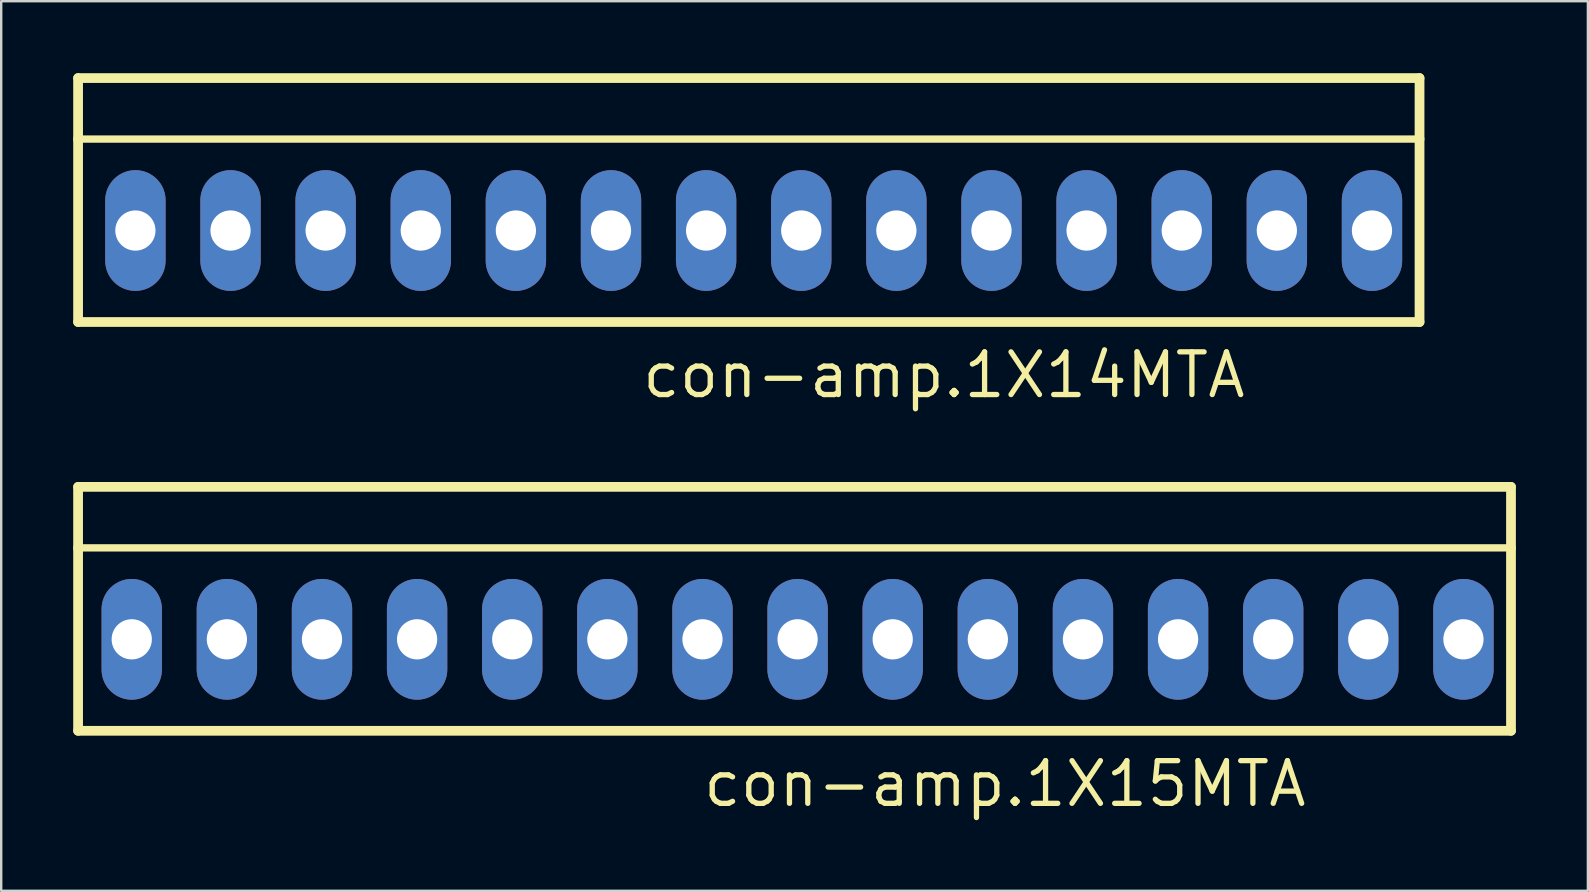
<source format=kicad_pcb>
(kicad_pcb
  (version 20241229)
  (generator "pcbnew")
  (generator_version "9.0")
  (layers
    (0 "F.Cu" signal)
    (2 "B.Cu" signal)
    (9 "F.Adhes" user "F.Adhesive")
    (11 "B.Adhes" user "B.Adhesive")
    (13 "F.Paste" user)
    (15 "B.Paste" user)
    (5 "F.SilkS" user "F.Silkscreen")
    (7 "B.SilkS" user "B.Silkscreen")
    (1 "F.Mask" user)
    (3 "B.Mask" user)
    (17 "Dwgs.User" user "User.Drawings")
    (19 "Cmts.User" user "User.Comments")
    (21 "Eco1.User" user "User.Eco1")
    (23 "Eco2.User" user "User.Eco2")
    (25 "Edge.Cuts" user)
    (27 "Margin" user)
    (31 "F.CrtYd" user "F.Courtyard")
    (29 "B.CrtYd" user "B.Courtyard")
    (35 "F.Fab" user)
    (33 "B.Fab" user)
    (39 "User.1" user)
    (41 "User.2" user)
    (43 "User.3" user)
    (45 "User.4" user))
  (footprint "con-amp.1X15MTA"
    (layer "F.Cu")
    (at 30.175 23.582)
    (property "Reference" "con-amp.1X15MTA" (at -4.039 7.061 0) (layer "F.SilkS") (effects (font (size 1.778 1.778) (thickness 0.22)) (justify left bottom)))
    (attr through_hole)
    (fp_line (start -29.972 -6.35) (end 29.718 -6.35) (stroke (width 0.406) (type default)) (layer "F.SilkS"))
    (fp_line (start -29.972 -3.81) (end -29.972 -6.35) (stroke (width 0.406) (type default)) (layer "F.SilkS"))
    (fp_line (start -29.972 -3.81) (end -29.972 3.81) (stroke (width 0.406) (type default)) (layer "F.SilkS"))
    (fp_line (start -29.972 -3.81) (end 29.718 -3.81) (stroke (width 0.305) (type default)) (layer "F.SilkS"))
    (fp_line (start -29.972 3.81) (end 29.718 3.81) (stroke (width 0.406) (type default)) (layer "F.SilkS"))
    (fp_line (start 29.718 -6.35) (end 29.718 -3.81) (stroke (width 0.406) (type default)) (layer "F.SilkS"))
    (fp_line (start 29.718 -3.81) (end 29.718 3.81) (stroke (width 0.406) (type default)) (layer "F.SilkS"))
    (fp_rect (start -28.245 0.508) (end -27.229 -0.508) (stroke (width 0.05) (type default)) (fill yes) (layer "F.SilkS"))
    (fp_rect (start -24.282 0.508) (end -23.266 -0.508) (stroke (width 0.05) (type default)) (fill yes) (layer "F.SilkS"))
    (fp_rect (start -20.32 0.508) (end -19.304 -0.508) (stroke (width 0.05) (type default)) (fill yes) (layer "F.SilkS"))
    (fp_rect (start -16.358 0.508) (end -15.342 -0.508) (stroke (width 0.05) (type default)) (fill yes) (layer "F.SilkS"))
    (fp_rect (start -12.395 0.508) (end -11.379 -0.508) (stroke (width 0.05) (type default)) (fill yes) (layer "F.SilkS"))
    (fp_rect (start -8.433 0.508) (end -7.417 -0.508) (stroke (width 0.05) (type default)) (fill yes) (layer "F.SilkS"))
    (fp_rect (start -4.47 0.508) (end -3.454 -0.508) (stroke (width 0.05) (type default)) (fill yes) (layer "F.SilkS"))
    (fp_rect (start -0.508 0.508) (end 0.508 -0.508) (stroke (width 0.05) (type default)) (fill yes) (layer "F.SilkS"))
    (fp_rect (start 3.454 0.508) (end 4.47 -0.508) (stroke (width 0.05) (type default)) (fill yes) (layer "F.SilkS"))
    (fp_rect (start 7.417 0.508) (end 8.433 -0.508) (stroke (width 0.05) (type default)) (fill yes) (layer "F.SilkS"))
    (fp_rect (start 11.379 0.508) (end 12.395 -0.508) (stroke (width 0.05) (type default)) (fill yes) (layer "F.SilkS"))
    (fp_rect (start 15.342 0.508) (end 16.358 -0.508) (stroke (width 0.05) (type default)) (fill yes) (layer "F.SilkS"))
    (fp_rect (start 19.304 0.508) (end 20.32 -0.508) (stroke (width 0.05) (type default)) (fill yes) (layer "F.SilkS"))
    (fp_rect (start 23.266 0.508) (end 24.282 -0.508) (stroke (width 0.05) (type default)) (fill yes) (layer "F.SilkS"))
    (fp_rect (start 27.229 0.508) (end 28.245 -0.508) (stroke (width 0.05) (type default)) (fill yes) (layer "F.SilkS"))
    (pad "1" thru_hole oval (at 27.737 0 90) (size 5.029 2.515) (drill 1.676) (layers "*.Cu" "*.Mask"))
    (pad "2" thru_hole oval (at 23.774 0 90) (size 5.029 2.515) (drill 1.676) (layers "*.Cu" "*.Mask"))
    (pad "3" thru_hole oval (at 19.812 0 90) (size 5.029 2.515) (drill 1.676) (layers "*.Cu" "*.Mask"))
    (pad "4" thru_hole oval (at 15.85 0 90) (size 5.029 2.515) (drill 1.676) (layers "*.Cu" "*.Mask"))
    (pad "5" thru_hole oval (at 11.887 0 90) (size 5.029 2.515) (drill 1.676) (layers "*.Cu" "*.Mask"))
    (pad "6" thru_hole oval (at 7.925 0 90) (size 5.029 2.515) (drill 1.676) (layers "*.Cu" "*.Mask"))
    (pad "7" thru_hole oval (at 3.962 0 90) (size 5.029 2.515) (drill 1.676) (layers "*.Cu" "*.Mask"))
    (pad "8" thru_hole oval (at 0 0 90) (size 5.029 2.515) (drill 1.676) (layers "*.Cu" "*.Mask"))
    (pad "9" thru_hole oval (at -3.962 0 90) (size 5.029 2.515) (drill 1.676) (layers "*.Cu" "*.Mask"))
    (pad "10" thru_hole oval (at -7.925 0 90) (size 5.029 2.515) (drill 1.676) (layers "*.Cu" "*.Mask"))
    (pad "11" thru_hole oval (at -11.887 0 90) (size 5.029 2.515) (drill 1.676) (layers "*.Cu" "*.Mask"))
    (pad "12" thru_hole oval (at -15.85 0 90) (size 5.029 2.515) (drill 1.676) (layers "*.Cu" "*.Mask"))
    (pad "13" thru_hole oval (at -19.812 0 90) (size 5.029 2.515) (drill 1.676) (layers "*.Cu" "*.Mask"))
    (pad "14" thru_hole oval (at -23.774 0 90) (size 5.029 2.515) (drill 1.676) (layers "*.Cu" "*.Mask"))
    (pad "15" thru_hole oval (at -27.737 0 90) (size 5.029 2.515) (drill 1.676) (layers "*.Cu" "*.Mask")))
  (footprint "con-amp.1X14MTA"
    (layer "F.Cu")
    (at 28.346 6.553)
    (property "Reference" "con-amp.1X14MTA" (at -4.75 7.061 0) (layer "F.SilkS") (effects (font (size 1.778 1.778) (thickness 0.22)) (justify left bottom)))
    (attr through_hole)
    (fp_line (start -28.143 -6.35) (end 27.737 -6.35) (stroke (width 0.406) (type default)) (layer "F.SilkS"))
    (fp_line (start -28.143 -3.81) (end -28.143 -6.35) (stroke (width 0.406) (type default)) (layer "F.SilkS"))
    (fp_line (start -28.143 -3.81) (end -28.143 3.81) (stroke (width 0.406) (type default)) (layer "F.SilkS"))
    (fp_line (start -28.143 -3.81) (end 27.737 -3.81) (stroke (width 0.305) (type default)) (layer "F.SilkS"))
    (fp_line (start -28.143 3.81) (end 27.737 3.81) (stroke (width 0.406) (type default)) (layer "F.SilkS"))
    (fp_line (start 27.737 -6.35) (end 27.737 -3.81) (stroke (width 0.406) (type default)) (layer "F.SilkS"))
    (fp_line (start 27.737 -3.81) (end 27.737 3.81) (stroke (width 0.406) (type default)) (layer "F.SilkS"))
    (fp_rect (start -26.264 0.508) (end -25.248 -0.508) (stroke (width 0.05) (type default)) (fill yes) (layer "F.SilkS"))
    (fp_rect (start -22.301 0.508) (end -21.285 -0.508) (stroke (width 0.05) (type default)) (fill yes) (layer "F.SilkS"))
    (fp_rect (start -18.339 0.508) (end -17.323 -0.508) (stroke (width 0.05) (type default)) (fill yes) (layer "F.SilkS"))
    (fp_rect (start -14.376 0.508) (end -13.36 -0.508) (stroke (width 0.05) (type default)) (fill yes) (layer "F.SilkS"))
    (fp_rect (start -10.414 0.508) (end -9.398 -0.508) (stroke (width 0.05) (type default)) (fill yes) (layer "F.SilkS"))
    (fp_rect (start -6.452 0.508) (end -5.436 -0.508) (stroke (width 0.05) (type default)) (fill yes) (layer "F.SilkS"))
    (fp_rect (start -2.489 0.508) (end -1.473 -0.508) (stroke (width 0.05) (type default)) (fill yes) (layer "F.SilkS"))
    (fp_rect (start 1.473 0.508) (end 2.489 -0.508) (stroke (width 0.05) (type default)) (fill yes) (layer "F.SilkS"))
    (fp_rect (start 5.436 0.508) (end 6.452 -0.508) (stroke (width 0.05) (type default)) (fill yes) (layer "F.SilkS"))
    (fp_rect (start 9.398 0.508) (end 10.414 -0.508) (stroke (width 0.05) (type default)) (fill yes) (layer "F.SilkS"))
    (fp_rect (start 13.36 0.508) (end 14.376 -0.508) (stroke (width 0.05) (type default)) (fill yes) (layer "F.SilkS"))
    (fp_rect (start 17.323 0.508) (end 18.339 -0.508) (stroke (width 0.05) (type default)) (fill yes) (layer "F.SilkS"))
    (fp_rect (start 21.285 0.508) (end 22.301 -0.508) (stroke (width 0.05) (type default)) (fill yes) (layer "F.SilkS"))
    (fp_rect (start 25.248 0.508) (end 26.264 -0.508) (stroke (width 0.05) (type default)) (fill yes) (layer "F.SilkS"))
    (pad "1" thru_hole oval (at 25.756 0 90) (size 5.029 2.515) (drill 1.676) (layers "*.Cu" "*.Mask"))
    (pad "2" thru_hole oval (at 21.793 0 90) (size 5.029 2.515) (drill 1.676) (layers "*.Cu" "*.Mask"))
    (pad "3" thru_hole oval (at 17.831 0 90) (size 5.029 2.515) (drill 1.676) (layers "*.Cu" "*.Mask"))
    (pad "4" thru_hole oval (at 13.868 0 90) (size 5.029 2.515) (drill 1.676) (layers "*.Cu" "*.Mask"))
    (pad "5" thru_hole oval (at 9.906 0 90) (size 5.029 2.515) (drill 1.676) (layers "*.Cu" "*.Mask"))
    (pad "6" thru_hole oval (at 5.944 0 90) (size 5.029 2.515) (drill 1.676) (layers "*.Cu" "*.Mask"))
    (pad "7" thru_hole oval (at 1.981 0 90) (size 5.029 2.515) (drill 1.676) (layers "*.Cu" "*.Mask"))
    (pad "8" thru_hole oval (at -1.981 0 90) (size 5.029 2.515) (drill 1.676) (layers "*.Cu" "*.Mask"))
    (pad "9" thru_hole oval (at -5.944 0 90) (size 5.029 2.515) (drill 1.676) (layers "*.Cu" "*.Mask"))
    (pad "10" thru_hole oval (at -9.906 0 90) (size 5.029 2.515) (drill 1.676) (layers "*.Cu" "*.Mask"))
    (pad "11" thru_hole oval (at -13.868 0 90) (size 5.029 2.515) (drill 1.676) (layers "*.Cu" "*.Mask"))
    (pad "12" thru_hole oval (at -17.831 0 90) (size 5.029 2.515) (drill 1.676) (layers "*.Cu" "*.Mask"))
    (pad "13" thru_hole oval (at -21.793 0 90) (size 5.029 2.515) (drill 1.676) (layers "*.Cu" "*.Mask"))
    (pad "14" thru_hole oval (at -25.756 0 90) (size 5.029 2.515) (drill 1.676) (layers "*.Cu" "*.Mask")))
  (gr_rect
    (start -3 -3)
    (end 63.096 34.058)
    (stroke (width 0.1) (type default))
    (fill no)
    (layer "Edge.Cuts")))
</source>
